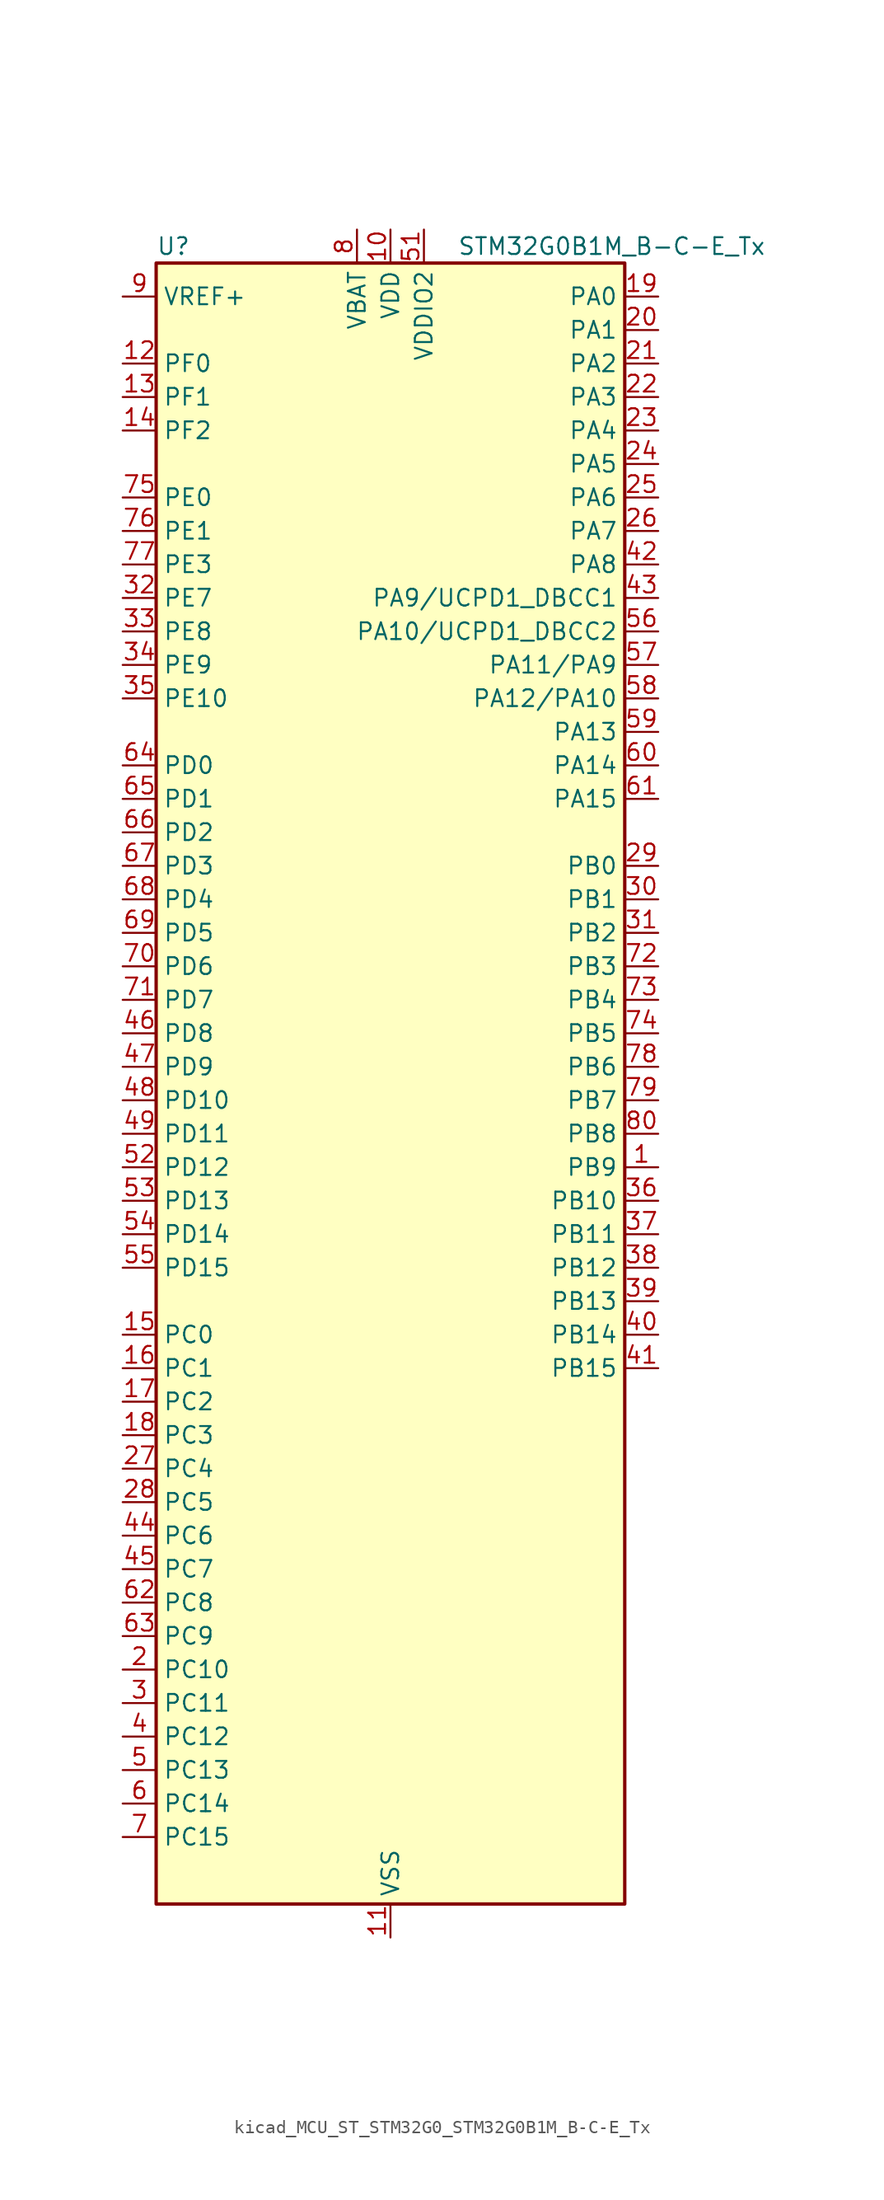
<source format=kicad_sym>
(kicad_symbol_lib
  (version 20220914)
  (generator kicad_symbol_editor)
  (symbol "kicad_MCU_ST_STM32G0_STM32G0B1M_B-C-E_Tx"
    (property "Reference" "U"
      (at -17.78 64.77 0)
      (effects (font (size 1.27 1.27)) (justify left)))
    (property "Value" "STM32G0B1M_B-C-E_Tx"
      (at 5.08 64.77 0)
      (effects (font (size 1.27 1.27)) (justify left)))
    (property "ki_locked" ""
      (at 0 0 0)
      (effects (font (size 1.27 1.27))))
    (symbol "kicad_MCU_ST_STM32G0_STM32G0B1M_B-C-E_Tx_0_1"
      (rectangle (start -17.78 -60.96) (end 17.78 63.5) (stroke (width 0.254) (type default)) (fill (type background))))
    (symbol "kicad_MCU_ST_STM32G0_STM32G0B1M_B-C-E_Tx_1_1"
      (pin bidirectional line (at 20.32 -5.08 180) (length 2.54) (name "PB9" (effects (font (size 1.27 1.27)))) (number "1" (effects (font (size 1.27 1.27)))) (alternate "DAC1_EXTI9" bidirectional line) (alternate "FDCAN1_TX" bidirectional line) (alternate "I2C1_SDA" bidirectional line) (alternate "I2S2_WS" bidirectional line) (alternate "IR_OUT" bidirectional line) (alternate "SPI2_NSS" bidirectional line) (alternate "TIM17_CH1" bidirectional line) (alternate "TIM4_CH4" bidirectional line) (alternate "UCPD2_FRSTX1" bidirectional line) (alternate "UCPD2_FRSTX2" bidirectional line) (alternate "USART3_RX" bidirectional line) (alternate "USART6_RX" bidirectional line))
      (pin power_in line (at 0 66.04 270) (length 2.54) (name "VDD" (effects (font (size 1.27 1.27)))) (number "10" (effects (font (size 1.27 1.27)))))
      (pin power_in line (at 0 -63.5 90) (length 2.54) (name "VSS" (effects (font (size 1.27 1.27)))) (number "11" (effects (font (size 1.27 1.27)))))
      (pin bidirectional line (at -20.32 55.88 0) (length 2.54) (name "PF0" (effects (font (size 1.27 1.27)))) (number "12" (effects (font (size 1.27 1.27)))) (alternate "CRS1_SYNC" bidirectional line) (alternate "RCC_OSC_IN" bidirectional line) (alternate "TIM14_CH1" bidirectional line))
      (pin bidirectional line (at -20.32 53.34 0) (length 2.54) (name "PF1" (effects (font (size 1.27 1.27)))) (number "13" (effects (font (size 1.27 1.27)))) (alternate "RCC_OSC_EN" bidirectional line) (alternate "RCC_OSC_OUT" bidirectional line) (alternate "TIM15_CH1N" bidirectional line))
      (pin bidirectional line (at -20.32 50.8 0) (length 2.54) (name "PF2" (effects (font (size 1.27 1.27)))) (number "14" (effects (font (size 1.27 1.27)))) (alternate "LPUART2_DE" bidirectional line) (alternate "LPUART2_RTS" bidirectional line) (alternate "LPUART2_TX" bidirectional line) (alternate "RCC_MCO" bidirectional line))
      (pin bidirectional line (at -20.32 -17.78 0) (length 2.54) (name "PC0" (effects (font (size 1.27 1.27)))) (number "15" (effects (font (size 1.27 1.27)))) (alternate "COMP3_INM" bidirectional line) (alternate "COMP3_OUT" bidirectional line) (alternate "I2C3_SCL" bidirectional line) (alternate "LPTIM1_IN1" bidirectional line) (alternate "LPTIM2_IN1" bidirectional line) (alternate "LPUART1_RX" bidirectional line) (alternate "LPUART2_TX" bidirectional line) (alternate "USART6_TX" bidirectional line))
      (pin bidirectional line (at -20.32 -20.32 0) (length 2.54) (name "PC1" (effects (font (size 1.27 1.27)))) (number "16" (effects (font (size 1.27 1.27)))) (alternate "COMP3_INP" bidirectional line) (alternate "I2C3_SDA" bidirectional line) (alternate "LPTIM1_OUT" bidirectional line) (alternate "LPUART1_TX" bidirectional line) (alternate "LPUART2_RX" bidirectional line) (alternate "TIM15_CH1" bidirectional line) (alternate "USART6_RX" bidirectional line))
      (pin bidirectional line (at -20.32 -22.86 0) (length 2.54) (name "PC2" (effects (font (size 1.27 1.27)))) (number "17" (effects (font (size 1.27 1.27)))) (alternate "COMP3_OUT" bidirectional line) (alternate "FDCAN2_RX" bidirectional line) (alternate "I2S2_MCK" bidirectional line) (alternate "LPTIM1_IN2" bidirectional line) (alternate "SPI2_MISO" bidirectional line) (alternate "TIM15_CH2" bidirectional line))
      (pin bidirectional line (at -20.32 -25.4 0) (length 2.54) (name "PC3" (effects (font (size 1.27 1.27)))) (number "18" (effects (font (size 1.27 1.27)))) (alternate "FDCAN2_TX" bidirectional line) (alternate "I2S2_SD" bidirectional line) (alternate "LPTIM1_ETR" bidirectional line) (alternate "LPTIM2_ETR" bidirectional line) (alternate "SPI2_MOSI" bidirectional line))
      (pin bidirectional line (at 20.32 60.96 180) (length 2.54) (name "PA0" (effects (font (size 1.27 1.27)))) (number "19" (effects (font (size 1.27 1.27)))) (alternate "ADC1_IN0" bidirectional line) (alternate "COMP1_INM" bidirectional line) (alternate "COMP1_OUT" bidirectional line) (alternate "I2S2_CK" bidirectional line) (alternate "LPTIM1_OUT" bidirectional line) (alternate "RTC_TAMP_IN2" bidirectional line) (alternate "SPI2_SCK" bidirectional line) (alternate "SYS_WKUP1" bidirectional line) (alternate "TIM2_CH1" bidirectional line) (alternate "TIM2_ETR" bidirectional line) (alternate "UCPD2_FRSTX1" bidirectional line) (alternate "UCPD2_FRSTX2" bidirectional line) (alternate "USART2_CTS" bidirectional line) (alternate "USART2_NSS" bidirectional line) (alternate "USART4_TX" bidirectional line))
      (pin bidirectional line (at -20.32 -43.18 0) (length 2.54) (name "PC10" (effects (font (size 1.27 1.27)))) (number "2" (effects (font (size 1.27 1.27)))) (alternate "SPI3_SCK" bidirectional line) (alternate "TIM1_CH3" bidirectional line) (alternate "USART3_TX" bidirectional line) (alternate "USART4_TX" bidirectional line))
      (pin bidirectional line (at 20.32 58.42 180) (length 2.54) (name "PA1" (effects (font (size 1.27 1.27)))) (number "20" (effects (font (size 1.27 1.27)))) (alternate "ADC1_IN1" bidirectional line) (alternate "COMP1_INP" bidirectional line) (alternate "I2C1_SMBA" bidirectional line) (alternate "I2S1_CK" bidirectional line) (alternate "SPI1_SCK" bidirectional line) (alternate "TIM15_CH1N" bidirectional line) (alternate "TIM2_CH2" bidirectional line) (alternate "USART2_CK" bidirectional line) (alternate "USART2_DE" bidirectional line) (alternate "USART2_RTS" bidirectional line) (alternate "USART4_RX" bidirectional line))
      (pin bidirectional line (at 20.32 55.88 180) (length 2.54) (name "PA2" (effects (font (size 1.27 1.27)))) (number "21" (effects (font (size 1.27 1.27)))) (alternate "ADC1_IN2" bidirectional line) (alternate "COMP2_INM" bidirectional line) (alternate "COMP2_OUT" bidirectional line) (alternate "I2S1_SD" bidirectional line) (alternate "LPUART1_TX" bidirectional line) (alternate "RCC_LSCO" bidirectional line) (alternate "SPI1_MOSI" bidirectional line) (alternate "SYS_WKUP4" bidirectional line) (alternate "TIM15_CH1" bidirectional line) (alternate "TIM2_CH3" bidirectional line) (alternate "UCPD1_FRSTX1" bidirectional line) (alternate "UCPD1_FRSTX2" bidirectional line) (alternate "USART2_TX" bidirectional line))
      (pin bidirectional line (at 20.32 53.34 180) (length 2.54) (name "PA3" (effects (font (size 1.27 1.27)))) (number "22" (effects (font (size 1.27 1.27)))) (alternate "ADC1_IN3" bidirectional line) (alternate "COMP2_INP" bidirectional line) (alternate "I2S2_MCK" bidirectional line) (alternate "LPUART1_RX" bidirectional line) (alternate "SPI2_MISO" bidirectional line) (alternate "TIM15_CH2" bidirectional line) (alternate "TIM2_CH4" bidirectional line) (alternate "UCPD2_FRSTX1" bidirectional line) (alternate "UCPD2_FRSTX2" bidirectional line) (alternate "USART2_RX" bidirectional line))
      (pin bidirectional line (at 20.32 50.8 180) (length 2.54) (name "PA4" (effects (font (size 1.27 1.27)))) (number "23" (effects (font (size 1.27 1.27)))) (alternate "ADC1_IN4" bidirectional line) (alternate "DAC1_OUT1" bidirectional line) (alternate "I2S1_WS" bidirectional line) (alternate "I2S2_SD" bidirectional line) (alternate "LPTIM2_OUT" bidirectional line) (alternate "RTC_OUT2" bidirectional line) (alternate "SPI1_NSS" bidirectional line) (alternate "SPI2_MOSI" bidirectional line) (alternate "SPI3_NSS" bidirectional line) (alternate "TIM14_CH1" bidirectional line) (alternate "UCPD2_FRSTX1" bidirectional line) (alternate "UCPD2_FRSTX2" bidirectional line) (alternate "USART6_TX" bidirectional line) (alternate "USB_NOE" bidirectional line))
      (pin bidirectional line (at 20.32 48.26 180) (length 2.54) (name "PA5" (effects (font (size 1.27 1.27)))) (number "24" (effects (font (size 1.27 1.27)))) (alternate "ADC1_IN5" bidirectional line) (alternate "CEC" bidirectional line) (alternate "DAC1_OUT2" bidirectional line) (alternate "I2S1_CK" bidirectional line) (alternate "LPTIM2_ETR" bidirectional line) (alternate "SPI1_SCK" bidirectional line) (alternate "TIM2_CH1" bidirectional line) (alternate "TIM2_ETR" bidirectional line) (alternate "UCPD1_FRSTX1" bidirectional line) (alternate "UCPD1_FRSTX2" bidirectional line) (alternate "USART3_TX" bidirectional line) (alternate "USART6_RX" bidirectional line))
      (pin bidirectional line (at 20.32 45.72 180) (length 2.54) (name "PA6" (effects (font (size 1.27 1.27)))) (number "25" (effects (font (size 1.27 1.27)))) (alternate "ADC1_IN6" bidirectional line) (alternate "COMP1_OUT" bidirectional line) (alternate "I2C2_SDA" bidirectional line) (alternate "I2C3_SDA" bidirectional line) (alternate "I2S1_MCK" bidirectional line) (alternate "LPUART1_CTS" bidirectional line) (alternate "SPI1_MISO" bidirectional line) (alternate "TIM16_CH1" bidirectional line) (alternate "TIM1_BK" bidirectional line) (alternate "TIM3_CH1" bidirectional line) (alternate "USART3_CTS" bidirectional line) (alternate "USART3_NSS" bidirectional line) (alternate "USART6_CTS" bidirectional line) (alternate "USART6_NSS" bidirectional line))
      (pin bidirectional line (at 20.32 43.18 180) (length 2.54) (name "PA7" (effects (font (size 1.27 1.27)))) (number "26" (effects (font (size 1.27 1.27)))) (alternate "ADC1_IN7" bidirectional line) (alternate "COMP2_OUT" bidirectional line) (alternate "I2C2_SCL" bidirectional line) (alternate "I2C3_SCL" bidirectional line) (alternate "I2S1_SD" bidirectional line) (alternate "SPI1_MOSI" bidirectional line) (alternate "TIM14_CH1" bidirectional line) (alternate "TIM17_CH1" bidirectional line) (alternate "TIM1_CH1N" bidirectional line) (alternate "TIM3_CH2" bidirectional line) (alternate "UCPD1_FRSTX1" bidirectional line) (alternate "UCPD1_FRSTX2" bidirectional line) (alternate "USART6_CK" bidirectional line) (alternate "USART6_DE" bidirectional line) (alternate "USART6_RTS" bidirectional line))
      (pin bidirectional line (at -20.32 -27.94 0) (length 2.54) (name "PC4" (effects (font (size 1.27 1.27)))) (number "27" (effects (font (size 1.27 1.27)))) (alternate "ADC1_IN17" bidirectional line) (alternate "COMP1_INM" bidirectional line) (alternate "FDCAN1_RX" bidirectional line) (alternate "TIM2_CH1" bidirectional line) (alternate "TIM2_ETR" bidirectional line) (alternate "USART1_TX" bidirectional line) (alternate "USART3_TX" bidirectional line))
      (pin bidirectional line (at -20.32 -30.48 0) (length 2.54) (name "PC5" (effects (font (size 1.27 1.27)))) (number "28" (effects (font (size 1.27 1.27)))) (alternate "ADC1_IN18" bidirectional line) (alternate "COMP1_INP" bidirectional line) (alternate "FDCAN1_TX" bidirectional line) (alternate "SYS_WKUP5" bidirectional line) (alternate "TIM2_CH2" bidirectional line) (alternate "USART1_RX" bidirectional line) (alternate "USART3_RX" bidirectional line))
      (pin bidirectional line (at 20.32 17.78 180) (length 2.54) (name "PB0" (effects (font (size 1.27 1.27)))) (number "29" (effects (font (size 1.27 1.27)))) (alternate "ADC1_IN8" bidirectional line) (alternate "COMP1_OUT" bidirectional line) (alternate "COMP3_INP" bidirectional line) (alternate "FDCAN2_RX" bidirectional line) (alternate "I2S1_WS" bidirectional line) (alternate "LPTIM1_OUT" bidirectional line) (alternate "LPUART2_CTS" bidirectional line) (alternate "SPI1_NSS" bidirectional line) (alternate "TIM1_CH2N" bidirectional line) (alternate "TIM3_CH3" bidirectional line) (alternate "UCPD1_FRSTX1" bidirectional line) (alternate "UCPD1_FRSTX2" bidirectional line) (alternate "USART3_RX" bidirectional line) (alternate "USART5_TX" bidirectional line))
      (pin bidirectional line (at -20.32 -45.72 0) (length 2.54) (name "PC11" (effects (font (size 1.27 1.27)))) (number "3" (effects (font (size 1.27 1.27)))) (alternate "ADC1_EXTI11" bidirectional line) (alternate "SPI3_MISO" bidirectional line) (alternate "TIM1_CH4" bidirectional line) (alternate "USART3_RX" bidirectional line) (alternate "USART4_RX" bidirectional line))
      (pin bidirectional line (at 20.32 15.24 180) (length 2.54) (name "PB1" (effects (font (size 1.27 1.27)))) (number "30" (effects (font (size 1.27 1.27)))) (alternate "ADC1_IN9" bidirectional line) (alternate "COMP1_INM" bidirectional line) (alternate "COMP3_OUT" bidirectional line) (alternate "FDCAN2_TX" bidirectional line) (alternate "LPTIM2_IN1" bidirectional line) (alternate "LPUART1_DE" bidirectional line) (alternate "LPUART1_RTS" bidirectional line) (alternate "LPUART2_DE" bidirectional line) (alternate "LPUART2_RTS" bidirectional line) (alternate "TIM14_CH1" bidirectional line) (alternate "TIM1_CH3N" bidirectional line) (alternate "TIM3_CH4" bidirectional line) (alternate "USART3_CK" bidirectional line) (alternate "USART3_DE" bidirectional line) (alternate "USART3_RTS" bidirectional line) (alternate "USART5_RX" bidirectional line))
      (pin bidirectional line (at 20.32 12.7 180) (length 2.54) (name "PB2" (effects (font (size 1.27 1.27)))) (number "31" (effects (font (size 1.27 1.27)))) (alternate "ADC1_IN10" bidirectional line) (alternate "COMP1_INP" bidirectional line) (alternate "COMP3_INM" bidirectional line) (alternate "I2S2_MCK" bidirectional line) (alternate "LPTIM1_OUT" bidirectional line) (alternate "RCC_MCO_2" bidirectional line) (alternate "SPI2_MISO" bidirectional line) (alternate "USART3_TX" bidirectional line))
      (pin bidirectional line (at -20.32 38.1 0) (length 2.54) (name "PE7" (effects (font (size 1.27 1.27)))) (number "32" (effects (font (size 1.27 1.27)))) (alternate "COMP3_INP" bidirectional line) (alternate "TIM1_ETR" bidirectional line) (alternate "USART5_CK" bidirectional line) (alternate "USART5_DE" bidirectional line) (alternate "USART5_RTS" bidirectional line))
      (pin bidirectional line (at -20.32 35.56 0) (length 2.54) (name "PE8" (effects (font (size 1.27 1.27)))) (number "33" (effects (font (size 1.27 1.27)))) (alternate "COMP3_INM" bidirectional line) (alternate "TIM1_CH1N" bidirectional line) (alternate "USART4_TX" bidirectional line))
      (pin bidirectional line (at -20.32 33.02 0) (length 2.54) (name "PE9" (effects (font (size 1.27 1.27)))) (number "34" (effects (font (size 1.27 1.27)))) (alternate "DAC1_EXTI9" bidirectional line) (alternate "TIM1_CH1" bidirectional line) (alternate "USART4_RX" bidirectional line))
      (pin bidirectional line (at -20.32 30.48 0) (length 2.54) (name "PE10" (effects (font (size 1.27 1.27)))) (number "35" (effects (font (size 1.27 1.27)))) (alternate "TIM1_CH2N" bidirectional line) (alternate "USART5_TX" bidirectional line))
      (pin bidirectional line (at 20.32 -7.62 180) (length 2.54) (name "PB10" (effects (font (size 1.27 1.27)))) (number "36" (effects (font (size 1.27 1.27)))) (alternate "ADC1_IN11" bidirectional line) (alternate "CEC" bidirectional line) (alternate "COMP1_OUT" bidirectional line) (alternate "I2C2_SCL" bidirectional line) (alternate "I2S2_CK" bidirectional line) (alternate "LPUART1_RX" bidirectional line) (alternate "SPI2_SCK" bidirectional line) (alternate "TIM2_CH3" bidirectional line) (alternate "USART3_TX" bidirectional line))
      (pin bidirectional line (at 20.32 -10.16 180) (length 2.54) (name "PB11" (effects (font (size 1.27 1.27)))) (number "37" (effects (font (size 1.27 1.27)))) (alternate "ADC1_EXTI11" bidirectional line) (alternate "ADC1_IN15" bidirectional line) (alternate "COMP2_OUT" bidirectional line) (alternate "I2C2_SDA" bidirectional line) (alternate "I2S2_SD" bidirectional line) (alternate "LPUART1_TX" bidirectional line) (alternate "SPI2_MOSI" bidirectional line) (alternate "TIM2_CH4" bidirectional line) (alternate "USART3_RX" bidirectional line))
      (pin bidirectional line (at 20.32 -12.7 180) (length 2.54) (name "PB12" (effects (font (size 1.27 1.27)))) (number "38" (effects (font (size 1.27 1.27)))) (alternate "ADC1_IN16" bidirectional line) (alternate "FDCAN2_RX" bidirectional line) (alternate "I2C2_SMBA" bidirectional line) (alternate "I2S2_WS" bidirectional line) (alternate "LPUART1_DE" bidirectional line) (alternate "LPUART1_RTS" bidirectional line) (alternate "SPI2_NSS" bidirectional line) (alternate "TIM15_BK" bidirectional line) (alternate "TIM1_BK" bidirectional line) (alternate "UCPD2_FRSTX1" bidirectional line) (alternate "UCPD2_FRSTX2" bidirectional line))
      (pin bidirectional line (at 20.32 -15.24 180) (length 2.54) (name "PB13" (effects (font (size 1.27 1.27)))) (number "39" (effects (font (size 1.27 1.27)))) (alternate "FDCAN2_TX" bidirectional line) (alternate "I2C2_SCL" bidirectional line) (alternate "I2S2_CK" bidirectional line) (alternate "LPUART1_CTS" bidirectional line) (alternate "SPI2_SCK" bidirectional line) (alternate "TIM15_CH1N" bidirectional line) (alternate "TIM1_CH1N" bidirectional line) (alternate "USART3_CTS" bidirectional line) (alternate "USART3_NSS" bidirectional line))
      (pin bidirectional line (at -20.32 -48.26 0) (length 2.54) (name "PC12" (effects (font (size 1.27 1.27)))) (number "4" (effects (font (size 1.27 1.27)))) (alternate "LPTIM1_IN1" bidirectional line) (alternate "SPI3_MOSI" bidirectional line) (alternate "TIM14_CH1" bidirectional line) (alternate "UCPD1_FRSTX1" bidirectional line) (alternate "UCPD1_FRSTX2" bidirectional line) (alternate "USART5_TX" bidirectional line))
      (pin bidirectional line (at 20.32 -17.78 180) (length 2.54) (name "PB14" (effects (font (size 1.27 1.27)))) (number "40" (effects (font (size 1.27 1.27)))) (alternate "I2C2_SDA" bidirectional line) (alternate "I2S2_MCK" bidirectional line) (alternate "SPI2_MISO" bidirectional line) (alternate "TIM15_CH1" bidirectional line) (alternate "TIM1_CH2N" bidirectional line) (alternate "UCPD1_FRSTX1" bidirectional line) (alternate "UCPD1_FRSTX2" bidirectional line) (alternate "USART3_CK" bidirectional line) (alternate "USART3_DE" bidirectional line) (alternate "USART3_RTS" bidirectional line) (alternate "USART6_CK" bidirectional line) (alternate "USART6_DE" bidirectional line) (alternate "USART6_RTS" bidirectional line))
      (pin bidirectional line (at 20.32 -20.32 180) (length 2.54) (name "PB15" (effects (font (size 1.27 1.27)))) (number "41" (effects (font (size 1.27 1.27)))) (alternate "I2S2_SD" bidirectional line) (alternate "RTC_REFIN" bidirectional line) (alternate "SPI2_MOSI" bidirectional line) (alternate "TIM15_CH1N" bidirectional line) (alternate "TIM15_CH2" bidirectional line) (alternate "TIM1_CH3N" bidirectional line) (alternate "UCPD1_CC2" bidirectional line) (alternate "USART6_CTS" bidirectional line) (alternate "USART6_NSS" bidirectional line))
      (pin bidirectional line (at 20.32 40.64 180) (length 2.54) (name "PA8" (effects (font (size 1.27 1.27)))) (number "42" (effects (font (size 1.27 1.27)))) (alternate "CRS1_SYNC" bidirectional line) (alternate "I2C2_SMBA" bidirectional line) (alternate "I2S2_WS" bidirectional line) (alternate "LPTIM2_OUT" bidirectional line) (alternate "RCC_MCO" bidirectional line) (alternate "SPI2_NSS" bidirectional line) (alternate "TIM1_CH1" bidirectional line) (alternate "UCPD1_CC1" bidirectional line))
      (pin bidirectional line (at 20.32 38.1 180) (length 2.54) (name "PA9/UCPD1_DBCC1" (effects (font (size 1.27 1.27)))) (number "43" (effects (font (size 1.27 1.27)))) (alternate "DAC1_EXTI9" bidirectional line) (alternate "I2C1_SCL" bidirectional line) (alternate "I2C2_SCL" bidirectional line) (alternate "I2S2_MCK" bidirectional line) (alternate "RCC_MCO" bidirectional line) (alternate "SPI2_MISO" bidirectional line) (alternate "TIM15_BK" bidirectional line) (alternate "TIM1_CH2" bidirectional line) (alternate "UCPD1_DBCC1" bidirectional line) (alternate "USART1_TX" bidirectional line))
      (pin bidirectional line (at -20.32 -33.02 0) (length 2.54) (name "PC6" (effects (font (size 1.27 1.27)))) (number "44" (effects (font (size 1.27 1.27)))) (alternate "LPUART2_TX" bidirectional line) (alternate "TIM2_CH3" bidirectional line) (alternate "TIM3_CH1" bidirectional line) (alternate "UCPD1_FRSTX1" bidirectional line) (alternate "UCPD1_FRSTX2" bidirectional line))
      (pin bidirectional line (at -20.32 -35.56 0) (length 2.54) (name "PC7" (effects (font (size 1.27 1.27)))) (number "45" (effects (font (size 1.27 1.27)))) (alternate "LPUART2_RX" bidirectional line) (alternate "TIM2_CH4" bidirectional line) (alternate "TIM3_CH2" bidirectional line) (alternate "UCPD2_FRSTX1" bidirectional line) (alternate "UCPD2_FRSTX2" bidirectional line))
      (pin bidirectional line (at -20.32 5.08 0) (length 2.54) (name "PD8" (effects (font (size 1.27 1.27)))) (number "46" (effects (font (size 1.27 1.27)))) (alternate "I2S1_CK" bidirectional line) (alternate "LPTIM1_OUT" bidirectional line) (alternate "SPI1_SCK" bidirectional line) (alternate "USART3_TX" bidirectional line))
      (pin bidirectional line (at -20.32 2.54 0) (length 2.54) (name "PD9" (effects (font (size 1.27 1.27)))) (number "47" (effects (font (size 1.27 1.27)))) (alternate "DAC1_EXTI9" bidirectional line) (alternate "I2S1_WS" bidirectional line) (alternate "SPI1_NSS" bidirectional line) (alternate "TIM1_BK2" bidirectional line) (alternate "USART3_RX" bidirectional line))
      (pin bidirectional line (at -20.32 0 0) (length 2.54) (name "PD10" (effects (font (size 1.27 1.27)))) (number "48" (effects (font (size 1.27 1.27)))) (alternate "RCC_MCO" bidirectional line))
      (pin bidirectional line (at -20.32 -2.54 0) (length 2.54) (name "PD11" (effects (font (size 1.27 1.27)))) (number "49" (effects (font (size 1.27 1.27)))) (alternate "ADC1_EXTI11" bidirectional line) (alternate "LPTIM2_ETR" bidirectional line) (alternate "USART3_CTS" bidirectional line) (alternate "USART3_NSS" bidirectional line))
      (pin bidirectional line (at -20.32 -50.8 0) (length 2.54) (name "PC13" (effects (font (size 1.27 1.27)))) (number "5" (effects (font (size 1.27 1.27)))) (alternate "RTC_OUT1" bidirectional line) (alternate "RTC_TAMP_IN1" bidirectional line) (alternate "RTC_TS" bidirectional line) (alternate "SYS_WKUP2" bidirectional line) (alternate "TIM1_BK" bidirectional line))
      (pin passive line (at 0 -63.5 90) (length 2.54) hide (name "VSS" (effects (font (size 1.27 1.27)))) (number "50" (effects (font (size 1.27 1.27)))))
      (pin power_in line (at 2.54 66.04 270) (length 2.54) (name "VDDIO2" (effects (font (size 1.27 1.27)))) (number "51" (effects (font (size 1.27 1.27)))))
      (pin bidirectional line (at -20.32 -5.08 0) (length 2.54) (name "PD12" (effects (font (size 1.27 1.27)))) (number "52" (effects (font (size 1.27 1.27)))) (alternate "FDCAN1_RX" bidirectional line) (alternate "LPTIM2_IN1" bidirectional line) (alternate "TIM4_CH1" bidirectional line) (alternate "USART3_CK" bidirectional line) (alternate "USART3_DE" bidirectional line) (alternate "USART3_RTS" bidirectional line))
      (pin bidirectional line (at -20.32 -7.62 0) (length 2.54) (name "PD13" (effects (font (size 1.27 1.27)))) (number "53" (effects (font (size 1.27 1.27)))) (alternate "FDCAN1_TX" bidirectional line) (alternate "LPTIM2_OUT" bidirectional line) (alternate "TIM4_CH2" bidirectional line))
      (pin bidirectional line (at -20.32 -10.16 0) (length 2.54) (name "PD14" (effects (font (size 1.27 1.27)))) (number "54" (effects (font (size 1.27 1.27)))) (alternate "FDCAN2_RX" bidirectional line) (alternate "LPUART2_CTS" bidirectional line) (alternate "TIM4_CH3" bidirectional line))
      (pin bidirectional line (at -20.32 -12.7 0) (length 2.54) (name "PD15" (effects (font (size 1.27 1.27)))) (number "55" (effects (font (size 1.27 1.27)))) (alternate "CRS1_SYNC" bidirectional line) (alternate "FDCAN2_TX" bidirectional line) (alternate "LPUART2_DE" bidirectional line) (alternate "LPUART2_RTS" bidirectional line) (alternate "TIM4_CH4" bidirectional line))
      (pin bidirectional line (at 20.32 35.56 180) (length 2.54) (name "PA10/UCPD1_DBCC2" (effects (font (size 1.27 1.27)))) (number "56" (effects (font (size 1.27 1.27)))) (alternate "I2C1_SDA" bidirectional line) (alternate "I2C2_SDA" bidirectional line) (alternate "I2S2_SD" bidirectional line) (alternate "RCC_MCO_2" bidirectional line) (alternate "SPI2_MOSI" bidirectional line) (alternate "TIM17_BK" bidirectional line) (alternate "TIM1_CH3" bidirectional line) (alternate "UCPD1_DBCC2" bidirectional line) (alternate "USART1_RX" bidirectional line))
      (pin bidirectional line (at 20.32 33.02 180) (length 2.54) (name "PA11/PA9" (effects (font (size 1.27 1.27)))) (number "57" (effects (font (size 1.27 1.27)))) (alternate "ADC1_EXTI11" bidirectional line) (alternate "COMP1_OUT" bidirectional line) (alternate "FDCAN1_RX" bidirectional line) (alternate "I2C2_SCL" bidirectional line) (alternate "I2S1_MCK" bidirectional line) (alternate "SPI1_MISO" bidirectional line) (alternate "TIM1_BK2" bidirectional line) (alternate "TIM1_CH4" bidirectional line) (alternate "USART1_CTS" bidirectional line) (alternate "USART1_NSS" bidirectional line) (alternate "USB_DM" bidirectional line))
      (pin bidirectional line (at 20.32 30.48 180) (length 2.54) (name "PA12/PA10" (effects (font (size 1.27 1.27)))) (number "58" (effects (font (size 1.27 1.27)))) (alternate "COMP2_OUT" bidirectional line) (alternate "FDCAN1_TX" bidirectional line) (alternate "I2C2_SDA" bidirectional line) (alternate "I2S1_SD" bidirectional line) (alternate "I2S_CKIN" bidirectional line) (alternate "SPI1_MOSI" bidirectional line) (alternate "TIM1_ETR" bidirectional line) (alternate "USART1_CK" bidirectional line) (alternate "USART1_DE" bidirectional line) (alternate "USART1_RTS" bidirectional line) (alternate "USB_DP" bidirectional line))
      (pin bidirectional line (at 20.32 27.94 180) (length 2.54) (name "PA13" (effects (font (size 1.27 1.27)))) (number "59" (effects (font (size 1.27 1.27)))) (alternate "IR_OUT" bidirectional line) (alternate "LPUART2_RX" bidirectional line) (alternate "SYS_SWDIO" bidirectional line) (alternate "USB_NOE" bidirectional line))
      (pin bidirectional line (at -20.32 -53.34 0) (length 2.54) (name "PC14" (effects (font (size 1.27 1.27)))) (number "6" (effects (font (size 1.27 1.27)))) (alternate "RCC_OSC32_IN" bidirectional line) (alternate "TIM1_BK2" bidirectional line))
      (pin bidirectional line (at 20.32 25.4 180) (length 2.54) (name "PA14" (effects (font (size 1.27 1.27)))) (number "60" (effects (font (size 1.27 1.27)))) (alternate "LPUART2_TX" bidirectional line) (alternate "SYS_SWCLK" bidirectional line) (alternate "USART2_TX" bidirectional line))
      (pin bidirectional line (at 20.32 22.86 180) (length 2.54) (name "PA15" (effects (font (size 1.27 1.27)))) (number "61" (effects (font (size 1.27 1.27)))) (alternate "I2C2_SMBA" bidirectional line) (alternate "I2S1_WS" bidirectional line) (alternate "RCC_MCO_2" bidirectional line) (alternate "SPI1_NSS" bidirectional line) (alternate "SPI3_NSS" bidirectional line) (alternate "TIM2_CH1" bidirectional line) (alternate "TIM2_ETR" bidirectional line) (alternate "USART2_RX" bidirectional line) (alternate "USART3_CK" bidirectional line) (alternate "USART3_DE" bidirectional line) (alternate "USART3_RTS" bidirectional line) (alternate "USART4_CK" bidirectional line) (alternate "USART4_DE" bidirectional line) (alternate "USART4_RTS" bidirectional line) (alternate "USB_NOE" bidirectional line))
      (pin bidirectional line (at -20.32 -38.1 0) (length 2.54) (name "PC8" (effects (font (size 1.27 1.27)))) (number "62" (effects (font (size 1.27 1.27)))) (alternate "LPUART2_CTS" bidirectional line) (alternate "TIM1_CH1" bidirectional line) (alternate "TIM3_CH3" bidirectional line) (alternate "UCPD2_FRSTX1" bidirectional line) (alternate "UCPD2_FRSTX2" bidirectional line))
      (pin bidirectional line (at -20.32 -40.64 0) (length 2.54) (name "PC9" (effects (font (size 1.27 1.27)))) (number "63" (effects (font (size 1.27 1.27)))) (alternate "DAC1_EXTI9" bidirectional line) (alternate "I2S_CKIN" bidirectional line) (alternate "LPUART2_DE" bidirectional line) (alternate "LPUART2_RTS" bidirectional line) (alternate "TIM1_CH2" bidirectional line) (alternate "TIM3_CH4" bidirectional line) (alternate "USB_NOE" bidirectional line))
      (pin bidirectional line (at -20.32 25.4 0) (length 2.54) (name "PD0" (effects (font (size 1.27 1.27)))) (number "64" (effects (font (size 1.27 1.27)))) (alternate "FDCAN1_RX" bidirectional line) (alternate "I2S2_WS" bidirectional line) (alternate "SPI2_NSS" bidirectional line) (alternate "TIM16_CH1" bidirectional line) (alternate "UCPD2_CC1" bidirectional line))
      (pin bidirectional line (at -20.32 22.86 0) (length 2.54) (name "PD1" (effects (font (size 1.27 1.27)))) (number "65" (effects (font (size 1.27 1.27)))) (alternate "FDCAN1_TX" bidirectional line) (alternate "I2S2_CK" bidirectional line) (alternate "SPI2_SCK" bidirectional line) (alternate "TIM17_CH1" bidirectional line) (alternate "UCPD2_DBCC1" bidirectional line))
      (pin bidirectional line (at -20.32 20.32 0) (length 2.54) (name "PD2" (effects (font (size 1.27 1.27)))) (number "66" (effects (font (size 1.27 1.27)))) (alternate "TIM1_CH1N" bidirectional line) (alternate "TIM3_ETR" bidirectional line) (alternate "UCPD2_CC2" bidirectional line) (alternate "USART3_CK" bidirectional line) (alternate "USART3_DE" bidirectional line) (alternate "USART3_RTS" bidirectional line) (alternate "USART5_RX" bidirectional line))
      (pin bidirectional line (at -20.32 17.78 0) (length 2.54) (name "PD3" (effects (font (size 1.27 1.27)))) (number "67" (effects (font (size 1.27 1.27)))) (alternate "I2S2_MCK" bidirectional line) (alternate "SPI2_MISO" bidirectional line) (alternate "TIM1_CH2N" bidirectional line) (alternate "UCPD2_DBCC2" bidirectional line) (alternate "USART2_CTS" bidirectional line) (alternate "USART2_NSS" bidirectional line) (alternate "USART5_TX" bidirectional line))
      (pin bidirectional line (at -20.32 15.24 0) (length 2.54) (name "PD4" (effects (font (size 1.27 1.27)))) (number "68" (effects (font (size 1.27 1.27)))) (alternate "I2S2_SD" bidirectional line) (alternate "SPI2_MOSI" bidirectional line) (alternate "TIM1_CH3N" bidirectional line) (alternate "USART2_CK" bidirectional line) (alternate "USART2_DE" bidirectional line) (alternate "USART2_RTS" bidirectional line) (alternate "USART5_CK" bidirectional line) (alternate "USART5_DE" bidirectional line) (alternate "USART5_RTS" bidirectional line))
      (pin bidirectional line (at -20.32 12.7 0) (length 2.54) (name "PD5" (effects (font (size 1.27 1.27)))) (number "69" (effects (font (size 1.27 1.27)))) (alternate "I2S1_MCK" bidirectional line) (alternate "SPI1_MISO" bidirectional line) (alternate "TIM1_BK" bidirectional line) (alternate "USART2_TX" bidirectional line) (alternate "USART5_CTS" bidirectional line) (alternate "USART5_NSS" bidirectional line))
      (pin bidirectional line (at -20.32 -55.88 0) (length 2.54) (name "PC15" (effects (font (size 1.27 1.27)))) (number "7" (effects (font (size 1.27 1.27)))) (alternate "RCC_OSC32_EN" bidirectional line) (alternate "RCC_OSC32_OUT" bidirectional line) (alternate "RCC_OSC_EN" bidirectional line) (alternate "TIM15_BK" bidirectional line))
      (pin bidirectional line (at -20.32 10.16 0) (length 2.54) (name "PD6" (effects (font (size 1.27 1.27)))) (number "70" (effects (font (size 1.27 1.27)))) (alternate "I2S1_SD" bidirectional line) (alternate "LPTIM2_OUT" bidirectional line) (alternate "SPI1_MOSI" bidirectional line) (alternate "USART2_RX" bidirectional line))
      (pin bidirectional line (at -20.32 7.62 0) (length 2.54) (name "PD7" (effects (font (size 1.27 1.27)))) (number "71" (effects (font (size 1.27 1.27)))) (alternate "RCC_MCO_2" bidirectional line))
      (pin bidirectional line (at 20.32 10.16 180) (length 2.54) (name "PB3" (effects (font (size 1.27 1.27)))) (number "72" (effects (font (size 1.27 1.27)))) (alternate "COMP2_INM" bidirectional line) (alternate "I2C2_SCL" bidirectional line) (alternate "I2C3_SCL" bidirectional line) (alternate "I2S1_CK" bidirectional line) (alternate "SPI1_SCK" bidirectional line) (alternate "SPI3_SCK" bidirectional line) (alternate "TIM1_CH2" bidirectional line) (alternate "TIM2_CH2" bidirectional line) (alternate "USART1_CK" bidirectional line) (alternate "USART1_DE" bidirectional line) (alternate "USART1_RTS" bidirectional line) (alternate "USART5_TX" bidirectional line))
      (pin bidirectional line (at 20.32 7.62 180) (length 2.54) (name "PB4" (effects (font (size 1.27 1.27)))) (number "73" (effects (font (size 1.27 1.27)))) (alternate "COMP2_INP" bidirectional line) (alternate "I2C2_SDA" bidirectional line) (alternate "I2C3_SDA" bidirectional line) (alternate "I2S1_MCK" bidirectional line) (alternate "SPI1_MISO" bidirectional line) (alternate "SPI3_MISO" bidirectional line) (alternate "TIM17_BK" bidirectional line) (alternate "TIM3_CH1" bidirectional line) (alternate "USART1_CTS" bidirectional line) (alternate "USART1_NSS" bidirectional line) (alternate "USART5_RX" bidirectional line))
      (pin bidirectional line (at 20.32 5.08 180) (length 2.54) (name "PB5" (effects (font (size 1.27 1.27)))) (number "74" (effects (font (size 1.27 1.27)))) (alternate "COMP2_OUT" bidirectional line) (alternate "FDCAN2_RX" bidirectional line) (alternate "I2C1_SMBA" bidirectional line) (alternate "I2S1_SD" bidirectional line) (alternate "LPTIM1_IN1" bidirectional line) (alternate "SPI1_MOSI" bidirectional line) (alternate "SPI3_MOSI" bidirectional line) (alternate "SYS_WKUP6" bidirectional line) (alternate "TIM16_BK" bidirectional line) (alternate "TIM3_CH2" bidirectional line) (alternate "USART5_CK" bidirectional line) (alternate "USART5_DE" bidirectional line) (alternate "USART5_RTS" bidirectional line))
      (pin bidirectional line (at -20.32 45.72 0) (length 2.54) (name "PE0" (effects (font (size 1.27 1.27)))) (number "75" (effects (font (size 1.27 1.27)))) (alternate "TIM16_CH1" bidirectional line) (alternate "TIM4_ETR" bidirectional line))
      (pin bidirectional line (at -20.32 43.18 0) (length 2.54) (name "PE1" (effects (font (size 1.27 1.27)))) (number "76" (effects (font (size 1.27 1.27)))) (alternate "TIM17_CH1" bidirectional line))
      (pin bidirectional line (at -20.32 40.64 0) (length 2.54) (name "PE3" (effects (font (size 1.27 1.27)))) (number "77" (effects (font (size 1.27 1.27)))) (alternate "TIM3_CH1" bidirectional line))
      (pin bidirectional line (at 20.32 2.54 180) (length 2.54) (name "PB6" (effects (font (size 1.27 1.27)))) (number "78" (effects (font (size 1.27 1.27)))) (alternate "COMP2_INP" bidirectional line) (alternate "FDCAN2_TX" bidirectional line) (alternate "I2C1_SCL" bidirectional line) (alternate "I2S2_MCK" bidirectional line) (alternate "LPTIM1_ETR" bidirectional line) (alternate "LPUART2_TX" bidirectional line) (alternate "SPI2_MISO" bidirectional line) (alternate "TIM16_CH1N" bidirectional line) (alternate "TIM1_CH3" bidirectional line) (alternate "TIM4_CH1" bidirectional line) (alternate "USART1_TX" bidirectional line) (alternate "USART5_CTS" bidirectional line) (alternate "USART5_NSS" bidirectional line))
      (pin bidirectional line (at 20.32 0 180) (length 2.54) (name "PB7" (effects (font (size 1.27 1.27)))) (number "79" (effects (font (size 1.27 1.27)))) (alternate "COMP2_INM" bidirectional line) (alternate "I2C1_SDA" bidirectional line) (alternate "I2S2_SD" bidirectional line) (alternate "LPTIM1_IN2" bidirectional line) (alternate "LPUART2_RX" bidirectional line) (alternate "SPI2_MOSI" bidirectional line) (alternate "SYS_PVD_IN" bidirectional line) (alternate "TIM17_CH1N" bidirectional line) (alternate "TIM4_CH2" bidirectional line) (alternate "USART1_RX" bidirectional line) (alternate "USART4_CTS" bidirectional line) (alternate "USART4_NSS" bidirectional line))
      (pin power_in line (at -2.54 66.04 270) (length 2.54) (name "VBAT" (effects (font (size 1.27 1.27)))) (number "8" (effects (font (size 1.27 1.27)))))
      (pin bidirectional line (at 20.32 -2.54 180) (length 2.54) (name "PB8" (effects (font (size 1.27 1.27)))) (number "80" (effects (font (size 1.27 1.27)))) (alternate "CEC" bidirectional line) (alternate "FDCAN1_RX" bidirectional line) (alternate "I2C1_SCL" bidirectional line) (alternate "I2S2_CK" bidirectional line) (alternate "SPI2_SCK" bidirectional line) (alternate "TIM15_BK" bidirectional line) (alternate "TIM16_CH1" bidirectional line) (alternate "TIM4_CH3" bidirectional line) (alternate "USART3_TX" bidirectional line) (alternate "USART6_TX" bidirectional line))
      (pin input line (at -20.32 60.96 0) (length 2.54) (name "VREF+" (effects (font (size 1.27 1.27)))) (number "9" (effects (font (size 1.27 1.27)))) (alternate "VREFBUF_OUT" bidirectional line)))))
</source>
